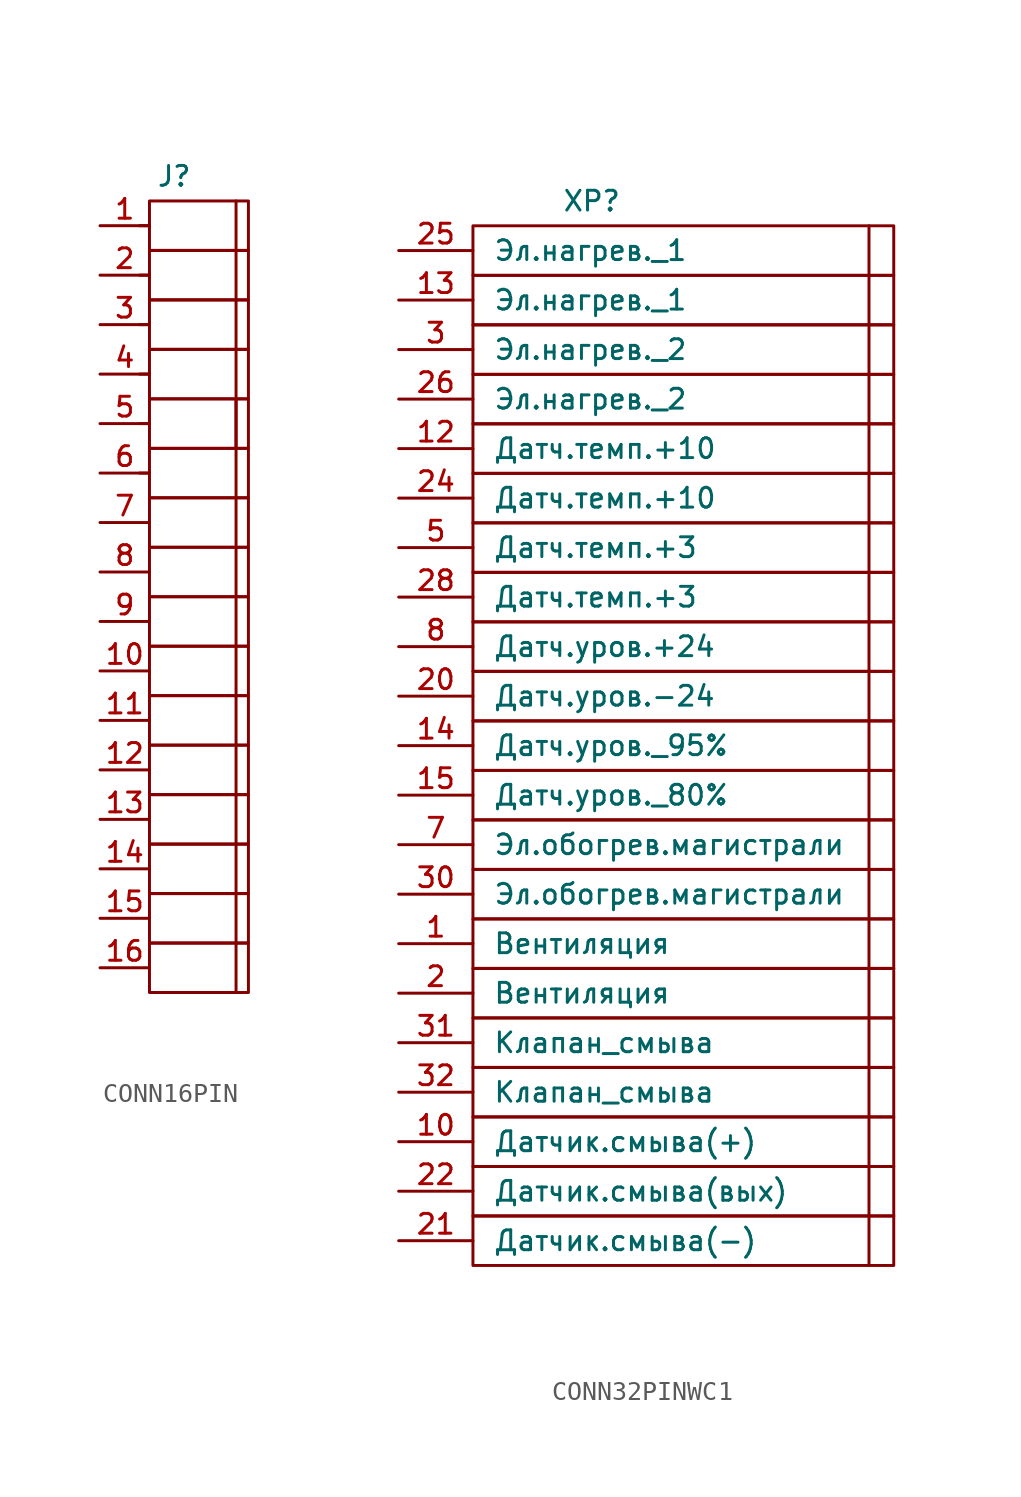
<source format=kicad_sym>
(kicad_symbol_lib
  (version 20241209)
  (generator "kicad_symbol_editor")
  (generator_version "9.0")
  (symbol "CONN16PIN"
    (pin_names
      (offset 1.016))
    (property "Reference" "J"
      (at -1.27 2.54 0)
      (effects (font (size 1.016 1.016))))
    (symbol "CONN16PIN_0_1"
      (polyline (pts (xy -3.048 0) (xy -2.54 0)) (stroke (width 0) (type default)) (fill (type none)))
      (polyline (pts (xy -3.048 -2.54) (xy -2.54 -2.54)) (stroke (width 0) (type default)) (fill (type none)))
      (polyline (pts (xy -3.048 -5.08) (xy -2.54 -5.08)) (stroke (width 0) (type default)) (fill (type none)))
      (polyline (pts (xy -3.048 -7.62) (xy -2.54 -7.62)) (stroke (width 0) (type default)) (fill (type none)))
      (polyline (pts (xy -3.048 -10.16) (xy -2.54 -10.16)) (stroke (width 0) (type default)) (fill (type none)))
      (polyline (pts (xy -3.048 -12.7) (xy -2.54 -12.7)) (stroke (width 0) (type default)) (fill (type none)))
      (rectangle (start -2.54 1.27) (end 2.54 -1.27) (stroke (width 0) (type default)) (fill (type none)))
      (rectangle (start -2.54 -1.27) (end 2.54 -3.81) (stroke (width 0) (type default)) (fill (type none)))
      (rectangle (start -2.54 -3.81) (end 2.54 -6.35) (stroke (width 0) (type default)) (fill (type none)))
      (rectangle (start -2.54 -6.35) (end 2.54 -8.89) (stroke (width 0) (type default)) (fill (type none)))
      (rectangle (start -2.54 -8.89) (end 2.54 -11.43) (stroke (width 0) (type default)) (fill (type none)))
      (rectangle (start -2.54 -11.43) (end 2.54 -13.97) (stroke (width 0) (type default)) (fill (type none)))
      (rectangle (start -2.54 -13.97) (end 2.54 -16.51) (stroke (width 0) (type default)) (fill (type none)))
      (rectangle (start -2.54 -16.51) (end 2.54 -19.05) (stroke (width 0) (type default)) (fill (type none)))
      (rectangle (start -2.54 -19.05) (end 2.54 -21.59) (stroke (width 0) (type default)) (fill (type none)))
      (rectangle (start -2.54 -21.59) (end 2.54 -24.13) (stroke (width 0) (type default)) (fill (type none)))
      (rectangle (start -2.54 -24.13) (end 2.54 -26.67) (stroke (width 0) (type default)) (fill (type none)))
      (rectangle (start -2.54 -26.67) (end 2.54 -29.21) (stroke (width 0) (type default)) (fill (type none)))
      (rectangle (start -2.54 -29.21) (end 2.54 -31.75) (stroke (width 0) (type default)) (fill (type none)))
      (rectangle (start -2.54 -31.75) (end 2.54 -34.29) (stroke (width 0) (type default)) (fill (type none)))
      (rectangle (start -2.54 -34.29) (end 2.54 -36.83) (stroke (width 0) (type default)) (fill (type none)))
      (rectangle (start -2.54 -36.83) (end 2.54 -39.37) (stroke (width 0) (type default)) (fill (type none)))
      (polyline (pts (xy 1.905 1.27) (xy 1.905 -1.27)) (stroke (width 0) (type default)) (fill (type none)))
      (polyline (pts (xy 1.905 -1.27) (xy 1.905 -3.81)) (stroke (width 0) (type default)) (fill (type none)))
      (polyline (pts (xy 1.905 -3.81) (xy 1.905 -6.35)) (stroke (width 0) (type default)) (fill (type none)))
      (polyline (pts (xy 1.905 -6.35) (xy 1.905 -8.89)) (stroke (width 0) (type default)) (fill (type none)))
      (polyline (pts (xy 1.905 -8.89) (xy 1.905 -11.43)) (stroke (width 0) (type default)) (fill (type none)))
      (polyline (pts (xy 1.905 -8.89) (xy 1.905 -39.37)) (stroke (width 0) (type default)) (fill (type none))))
    (symbol "CONN16PIN_1_1"
      (pin bidirectional line (at -5.08 0 0) (length 2.54) (name "~" (effects (font (size 1.016 1.016)))) (number "1" (effects (font (size 1.016 1.016)))))
      (pin bidirectional line (at -5.08 -2.54 0) (length 2.54) (name "~" (effects (font (size 1.016 1.016)))) (number "2" (effects (font (size 1.016 1.016)))))
      (pin bidirectional line (at -5.08 -5.08 0) (length 2.54) (name "~" (effects (font (size 1.016 1.016)))) (number "3" (effects (font (size 1.016 1.016)))))
      (pin bidirectional line (at -5.08 -7.62 0) (length 2.54) (name "~" (effects (font (size 1.016 1.016)))) (number "4" (effects (font (size 1.016 1.016)))))
      (pin bidirectional line (at -5.08 -10.16 0) (length 2.54) (name "~" (effects (font (size 1.016 1.016)))) (number "5" (effects (font (size 1.016 1.016)))))
      (pin bidirectional line (at -5.08 -12.7 0) (length 2.54) (name "~" (effects (font (size 1.016 1.016)))) (number "6" (effects (font (size 1.016 1.016)))))
      (pin bidirectional line (at -5.08 -15.24 0) (length 2.54) (name "~" (effects (font (size 1.016 1.016)))) (number "7" (effects (font (size 1.016 1.016)))))
      (pin bidirectional line (at -5.08 -17.78 0) (length 2.54) (name "~" (effects (font (size 1.016 1.016)))) (number "8" (effects (font (size 1.016 1.016)))))
      (pin bidirectional line (at -5.08 -20.32 0) (length 2.54) (name "~" (effects (font (size 1.016 1.016)))) (number "9" (effects (font (size 1.016 1.016)))))
      (pin bidirectional line (at -5.08 -22.86 0) (length 2.54) (name "~" (effects (font (size 1.016 1.016)))) (number "10" (effects (font (size 1.016 1.016)))))
      (pin bidirectional line (at -5.08 -25.4 0) (length 2.54) (name "~" (effects (font (size 1.016 1.016)))) (number "11" (effects (font (size 1.016 1.016)))))
      (pin bidirectional line (at -5.08 -27.94 0) (length 2.54) (name "~" (effects (font (size 1.016 1.016)))) (number "12" (effects (font (size 1.016 1.016)))))
      (pin bidirectional line (at -5.08 -30.48 0) (length 2.54) (name "~" (effects (font (size 1.016 1.016)))) (number "13" (effects (font (size 1.016 1.016)))))
      (pin bidirectional line (at -5.08 -33.02 0) (length 2.54) (name "~" (effects (font (size 1.016 1.016)))) (number "14" (effects (font (size 1.016 1.016)))))
      (pin bidirectional line (at -5.08 -35.56 0) (length 2.54) (name "~" (effects (font (size 1.016 1.016)))) (number "15" (effects (font (size 1.016 1.016)))))
      (pin bidirectional line (at -5.08 -38.1 0) (length 2.54) (name "~" (effects (font (size 1.016 1.016)))) (number "16" (effects (font (size 1.016 1.016)))))))
  (symbol "CONN32PINWC1"
    (pin_names
      (offset 1.016))
    (property "Reference" "XP"
      (at -0.254 2.54 0)
      (effects (font (size 1.016 1.016))))
    (symbol "CONN32PINWC1_0_1"
      (rectangle (start -6.35 1.27) (end 15.24 -1.27) (stroke (width 0) (type default)) (fill (type none)))
      (rectangle (start -6.35 -1.27) (end 15.24 -3.81) (stroke (width 0) (type default)) (fill (type none)))
      (rectangle (start -6.35 -3.81) (end 15.24 -6.35) (stroke (width 0) (type default)) (fill (type none)))
      (rectangle (start -6.35 -6.35) (end 15.24 -8.89) (stroke (width 0) (type default)) (fill (type none)))
      (rectangle (start -6.35 -8.89) (end 15.24 -11.43) (stroke (width 0) (type default)) (fill (type none)))
      (rectangle (start -6.35 -11.43) (end 15.24 -13.97) (stroke (width 0) (type default)) (fill (type none)))
      (rectangle (start -6.35 -13.97) (end 15.24 -16.51) (stroke (width 0) (type default)) (fill (type none)))
      (rectangle (start -6.35 -16.51) (end 15.24 -19.05) (stroke (width 0) (type default)) (fill (type none)))
      (rectangle (start -6.35 -19.05) (end 15.24 -21.59) (stroke (width 0) (type default)) (fill (type none)))
      (rectangle (start -6.35 -21.59) (end 15.24 -24.13) (stroke (width 0) (type default)) (fill (type none)))
      (rectangle (start -6.35 -24.13) (end 15.24 -26.67) (stroke (width 0) (type default)) (fill (type none)))
      (rectangle (start -6.35 -26.67) (end 15.24 -29.21) (stroke (width 0) (type default)) (fill (type none)))
      (rectangle (start -6.35 -29.21) (end 15.24 -31.75) (stroke (width 0) (type default)) (fill (type none)))
      (rectangle (start -6.35 -31.75) (end 15.24 -34.29) (stroke (width 0) (type default)) (fill (type none)))
      (rectangle (start -6.35 -34.29) (end 15.24 -36.83) (stroke (width 0) (type default)) (fill (type none)))
      (rectangle (start -6.35 -36.83) (end 15.24 -39.37) (stroke (width 0) (type default)) (fill (type none)))
      (rectangle (start -6.35 -39.37) (end 15.24 -41.91) (stroke (width 0) (type default)) (fill (type none)))
      (rectangle (start -6.35 -41.91) (end 15.24 -44.45) (stroke (width 0) (type default)) (fill (type none)))
      (rectangle (start -6.35 -44.45) (end 15.24 -46.99) (stroke (width 0) (type default)) (fill (type none)))
      (rectangle (start -6.35 -46.99) (end 15.24 -49.53) (stroke (width 0) (type default)) (fill (type none)))
      (rectangle (start -6.35 -49.53) (end 15.24 -52.07) (stroke (width 0) (type default)) (fill (type none)))
      (polyline (pts (xy 13.97 1.27) (xy 13.97 -1.27)) (stroke (width 0) (type default)) (fill (type none)))
      (polyline (pts (xy 13.97 -1.27) (xy 13.97 -3.81)) (stroke (width 0) (type default)) (fill (type none)))
      (polyline (pts (xy 13.97 -3.81) (xy 13.97 -6.35)) (stroke (width 0) (type default)) (fill (type none)))
      (polyline (pts (xy 13.97 -6.35) (xy 13.97 -8.89)) (stroke (width 0) (type default)) (fill (type none)))
      (polyline (pts (xy 13.97 -8.89) (xy 13.97 -11.43)) (stroke (width 0) (type default)) (fill (type none)))
      (polyline (pts (xy 13.97 -11.43) (xy 13.97 -13.97)) (stroke (width 0) (type default)) (fill (type none)))
      (polyline (pts (xy 13.97 -13.97) (xy 13.97 -16.51)) (stroke (width 0) (type default)) (fill (type none)))
      (polyline (pts (xy 13.97 -16.51) (xy 13.97 -19.05)) (stroke (width 0) (type default)) (fill (type none)))
      (polyline (pts (xy 13.97 -19.05) (xy 13.97 -21.59)) (stroke (width 0) (type default)) (fill (type none)))
      (polyline (pts (xy 13.97 -21.59) (xy 13.97 -24.13)) (stroke (width 0) (type default)) (fill (type none)))
      (polyline (pts (xy 13.97 -24.13) (xy 13.97 -26.67)) (stroke (width 0) (type default)) (fill (type none)))
      (polyline (pts (xy 13.97 -26.67) (xy 13.97 -29.21)) (stroke (width 0) (type default)) (fill (type none)))
      (polyline (pts (xy 13.97 -29.21) (xy 13.97 -31.75)) (stroke (width 0) (type default)) (fill (type none)))
      (polyline (pts (xy 13.97 -31.75) (xy 13.97 -34.29)) (stroke (width 0) (type default)) (fill (type none)))
      (polyline (pts (xy 13.97 -34.29) (xy 13.97 -36.83)) (stroke (width 0) (type default)) (fill (type none)))
      (polyline (pts (xy 13.97 -36.83) (xy 13.97 -39.37)) (stroke (width 0) (type default)) (fill (type none)))
      (polyline (pts (xy 13.97 -39.37) (xy 13.97 -41.91)) (stroke (width 0) (type default)) (fill (type none)))
      (polyline (pts (xy 13.97 -41.91) (xy 13.97 -44.45)) (stroke (width 0) (type default)) (fill (type none)))
      (polyline (pts (xy 13.97 -44.45) (xy 13.97 -46.99)) (stroke (width 0) (type default)) (fill (type none)))
      (polyline (pts (xy 13.97 -46.99) (xy 13.97 -49.53)) (stroke (width 0) (type default)) (fill (type none)))
      (polyline (pts (xy 13.97 -49.53) (xy 13.97 -52.07)) (stroke (width 0) (type default)) (fill (type none))))
    (symbol "CONN32PINWC1_1_1"
      (pin passive line (at -10.16 0 0) (length 3.81) (name "Эл.нагрев._1" (effects (font (size 1.016 1.016)))) (number "25" (effects (font (size 1.016 1.016)))))
      (pin passive line (at -10.16 -2.54 0) (length 3.81) (name "Эл.нагрев._1" (effects (font (size 1.016 1.016)))) (number "13" (effects (font (size 1.016 1.016)))))
      (pin passive line (at -10.16 -5.08 0) (length 3.81) (name "Эл.нагрев._2" (effects (font (size 1.016 1.016)))) (number "3" (effects (font (size 1.016 1.016)))))
      (pin passive line (at -10.16 -7.62 0) (length 3.81) (name "Эл.нагрев._2" (effects (font (size 1.016 1.016)))) (number "26" (effects (font (size 1.016 1.016)))))
      (pin passive line (at -10.16 -10.16 0) (length 3.81) (name "Датч.темп.+10" (effects (font (size 1.016 1.016)))) (number "12" (effects (font (size 1.016 1.016)))))
      (pin passive line (at -10.16 -12.7 0) (length 3.81) (name "Датч.темп.+10" (effects (font (size 1.016 1.016)))) (number "24" (effects (font (size 1.016 1.016)))))
      (pin passive line (at -10.16 -15.24 0) (length 3.81) (name "Датч.темп.+3" (effects (font (size 1.016 1.016)))) (number "5" (effects (font (size 1.016 1.016)))))
      (pin passive line (at -10.16 -17.78 0) (length 3.81) (name "Датч.темп.+3" (effects (font (size 1.016 1.016)))) (number "28" (effects (font (size 1.016 1.016)))))
      (pin passive line (at -10.16 -20.32 0) (length 3.81) (name "Датч.уров.+24" (effects (font (size 1.016 1.016)))) (number "8" (effects (font (size 1.016 1.016)))))
      (pin passive line (at -10.16 -22.86 0) (length 3.81) (name "Датч.уров.-24" (effects (font (size 1.016 1.016)))) (number "20" (effects (font (size 1.016 1.016)))))
      (pin passive line (at -10.16 -25.4 0) (length 3.81) (name "Датч.уров._95%" (effects (font (size 1.016 1.016)))) (number "14" (effects (font (size 1.016 1.016)))))
      (pin passive line (at -10.16 -27.94 0) (length 3.81) (name "Датч.уров._80%" (effects (font (size 1.016 1.016)))) (number "15" (effects (font (size 1.016 1.016)))))
      (pin passive line (at -10.16 -30.48 0) (length 3.81) (name "Эл.обогрев.магистрали" (effects (font (size 1.016 1.016)))) (number "7" (effects (font (size 1.016 1.016)))))
      (pin passive line (at -10.16 -33.02 0) (length 3.81) (name "Эл.обогрев.магистрали" (effects (font (size 1.016 1.016)))) (number "30" (effects (font (size 1.016 1.016)))))
      (pin passive line (at -10.16 -35.56 0) (length 3.81) (name "Вентиляция" (effects (font (size 1.016 1.016)))) (number "1" (effects (font (size 1.016 1.016)))))
      (pin passive line (at -10.16 -38.1 0) (length 3.81) (name "Вентиляция" (effects (font (size 1.016 1.016)))) (number "2" (effects (font (size 1.016 1.016)))))
      (pin passive line (at -10.16 -40.64 0) (length 3.81) (name "Клапан_смыва" (effects (font (size 1.016 1.016)))) (number "31" (effects (font (size 1.016 1.016)))))
      (pin passive line (at -10.16 -43.18 0) (length 3.81) (name "Клапан_смыва" (effects (font (size 1.016 1.016)))) (number "32" (effects (font (size 1.016 1.016)))))
      (pin passive line (at -10.16 -45.72 0) (length 3.81) (name "Датчик.смыва(+)" (effects (font (size 1.016 1.016)))) (number "10" (effects (font (size 1.016 1.016)))))
      (pin passive line (at -10.16 -48.26 0) (length 3.81) (name "Датчик.смыва(вых)" (effects (font (size 1.016 1.016)))) (number "22" (effects (font (size 1.016 1.016)))))
      (pin passive line (at -10.16 -50.8 0) (length 3.81) (name "Датчик.смыва(-)" (effects (font (size 1.016 1.016)))) (number "21" (effects (font (size 1.016 1.016))))))))
</source>
